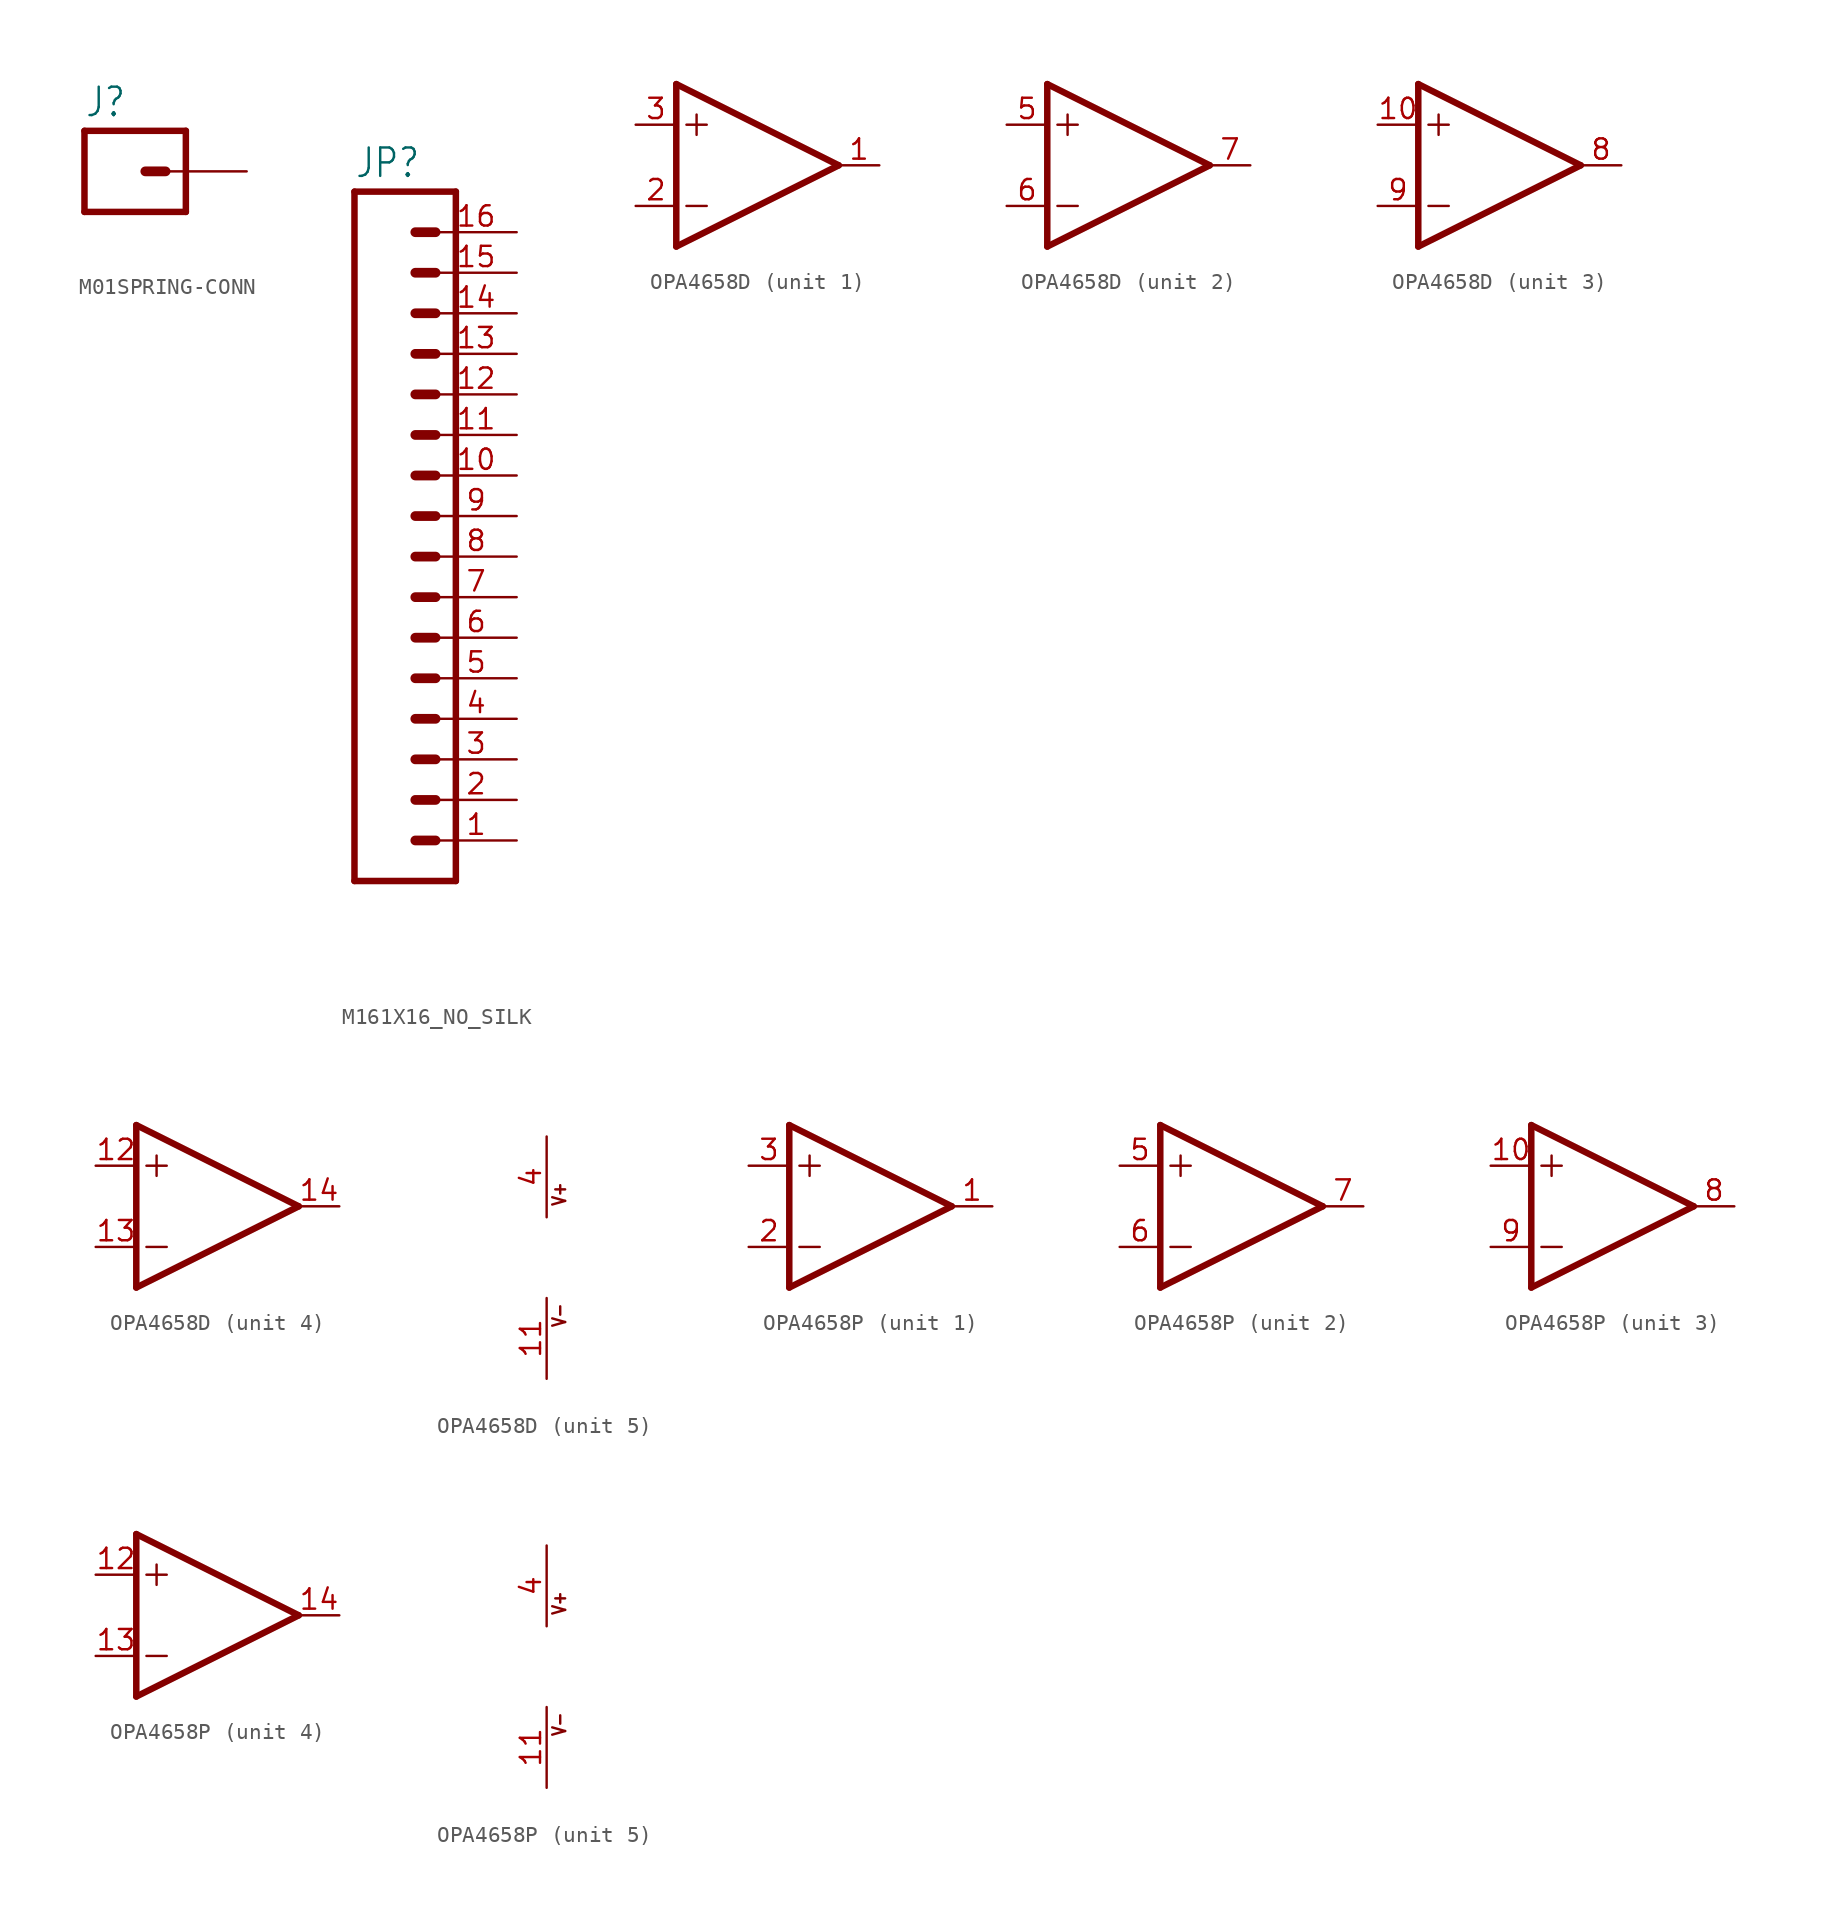
<source format=kicad_sym>
(kicad_symbol_lib
  (version 20231120)
  (generator "kicad_symbol_editor")
  (generator_version "8.0")
  (symbol "M01SPRING-CONN"
    (property "Reference" "J"
      (at -2.54 3.302 0)
      (effects (font (size 1.778 1.511)) (justify left bottom)))
    (property "Value" ""
      (at -2.54 -5.08 0)
      (effects (font (size 1.778 1.511)) (justify left bottom)))
    (property "ki_locked" ""
      (at 0 0 0)
      (effects (font (size 1.27 1.27))))
    (symbol "M01SPRING-CONN_1_0"
      (polyline (pts (xy -2.54 2.54) (xy -2.54 -2.54)) (stroke (width 0.406) (type solid)) (fill (type none)))
      (polyline (pts (xy -2.54 2.54) (xy 3.81 2.54)) (stroke (width 0.406) (type solid)) (fill (type none)))
      (polyline (pts (xy 1.27 0) (xy 2.54 0)) (stroke (width 0.61) (type solid)) (fill (type none)))
      (polyline (pts (xy 3.81 -2.54) (xy -2.54 -2.54)) (stroke (width 0.406) (type solid)) (fill (type none)))
      (polyline (pts (xy 3.81 -2.54) (xy 3.81 2.54)) (stroke (width 0.406) (type solid)) (fill (type none)))
      (pin passive line (at 7.62 0 180) (length 5.08) (name "1" (effects (font (size 0 0)))) (number "P$2" (effects (font (size 0 0)))))))
  (symbol "M161X16_NO_SILK"
    (property "Reference" "JP"
      (at 0 21.082 0)
      (effects (font (size 1.778 1.511)) (justify left bottom)))
    (property "Value" ""
      (at 0 -25.4 0)
      (effects (font (size 1.778 1.511)) (justify left bottom)))
    (property "ki_locked" ""
      (at 0 0 0)
      (effects (font (size 1.27 1.27))))
    (symbol "M161X16_NO_SILK_1_0"
      (polyline (pts (xy 0 20.32) (xy 0 -22.86)) (stroke (width 0.406) (type solid)) (fill (type none)))
      (polyline (pts (xy 0 20.32) (xy 6.35 20.32)) (stroke (width 0.406) (type solid)) (fill (type none)))
      (polyline (pts (xy 3.81 -20.32) (xy 5.08 -20.32)) (stroke (width 0.61) (type solid)) (fill (type none)))
      (polyline (pts (xy 3.81 -17.78) (xy 5.08 -17.78)) (stroke (width 0.61) (type solid)) (fill (type none)))
      (polyline (pts (xy 3.81 -15.24) (xy 5.08 -15.24)) (stroke (width 0.61) (type solid)) (fill (type none)))
      (polyline (pts (xy 3.81 -12.7) (xy 5.08 -12.7)) (stroke (width 0.61) (type solid)) (fill (type none)))
      (polyline (pts (xy 3.81 -10.16) (xy 5.08 -10.16)) (stroke (width 0.61) (type solid)) (fill (type none)))
      (polyline (pts (xy 3.81 -7.62) (xy 5.08 -7.62)) (stroke (width 0.61) (type solid)) (fill (type none)))
      (polyline (pts (xy 3.81 -5.08) (xy 5.08 -5.08)) (stroke (width 0.61) (type solid)) (fill (type none)))
      (polyline (pts (xy 3.81 -2.54) (xy 5.08 -2.54)) (stroke (width 0.61) (type solid)) (fill (type none)))
      (polyline (pts (xy 3.81 0) (xy 5.08 0)) (stroke (width 0.61) (type solid)) (fill (type none)))
      (polyline (pts (xy 3.81 2.54) (xy 5.08 2.54)) (stroke (width 0.61) (type solid)) (fill (type none)))
      (polyline (pts (xy 3.81 5.08) (xy 5.08 5.08)) (stroke (width 0.61) (type solid)) (fill (type none)))
      (polyline (pts (xy 3.81 7.62) (xy 5.08 7.62)) (stroke (width 0.61) (type solid)) (fill (type none)))
      (polyline (pts (xy 3.81 10.16) (xy 5.08 10.16)) (stroke (width 0.61) (type solid)) (fill (type none)))
      (polyline (pts (xy 3.81 12.7) (xy 5.08 12.7)) (stroke (width 0.61) (type solid)) (fill (type none)))
      (polyline (pts (xy 3.81 15.24) (xy 5.08 15.24)) (stroke (width 0.61) (type solid)) (fill (type none)))
      (polyline (pts (xy 3.81 17.78) (xy 5.08 17.78)) (stroke (width 0.61) (type solid)) (fill (type none)))
      (polyline (pts (xy 6.35 -22.86) (xy 0 -22.86)) (stroke (width 0.406) (type solid)) (fill (type none)))
      (polyline (pts (xy 6.35 -22.86) (xy 6.35 20.32)) (stroke (width 0.406) (type solid)) (fill (type none)))
      (pin passive line (at 10.16 -20.32 180) (length 5.08) (name "1" (effects (font (size 0 0)))) (number "1" (effects (font (size 1.27 1.27)))))
      (pin passive line (at 10.16 2.54 180) (length 5.08) (name "10" (effects (font (size 0 0)))) (number "10" (effects (font (size 1.27 1.27)))))
      (pin passive line (at 10.16 5.08 180) (length 5.08) (name "11" (effects (font (size 0 0)))) (number "11" (effects (font (size 1.27 1.27)))))
      (pin passive line (at 10.16 7.62 180) (length 5.08) (name "12" (effects (font (size 0 0)))) (number "12" (effects (font (size 1.27 1.27)))))
      (pin passive line (at 10.16 10.16 180) (length 5.08) (name "13" (effects (font (size 0 0)))) (number "13" (effects (font (size 1.27 1.27)))))
      (pin passive line (at 10.16 12.7 180) (length 5.08) (name "14" (effects (font (size 0 0)))) (number "14" (effects (font (size 1.27 1.27)))))
      (pin passive line (at 10.16 15.24 180) (length 5.08) (name "15" (effects (font (size 0 0)))) (number "15" (effects (font (size 1.27 1.27)))))
      (pin passive line (at 10.16 17.78 180) (length 5.08) (name "16" (effects (font (size 0 0)))) (number "16" (effects (font (size 1.27 1.27)))))
      (pin passive line (at 10.16 -17.78 180) (length 5.08) (name "2" (effects (font (size 0 0)))) (number "2" (effects (font (size 1.27 1.27)))))
      (pin passive line (at 10.16 -15.24 180) (length 5.08) (name "3" (effects (font (size 0 0)))) (number "3" (effects (font (size 1.27 1.27)))))
      (pin passive line (at 10.16 -12.7 180) (length 5.08) (name "4" (effects (font (size 0 0)))) (number "4" (effects (font (size 1.27 1.27)))))
      (pin passive line (at 10.16 -10.16 180) (length 5.08) (name "5" (effects (font (size 0 0)))) (number "5" (effects (font (size 1.27 1.27)))))
      (pin passive line (at 10.16 -7.62 180) (length 5.08) (name "6" (effects (font (size 0 0)))) (number "6" (effects (font (size 1.27 1.27)))))
      (pin passive line (at 10.16 -5.08 180) (length 5.08) (name "7" (effects (font (size 0 0)))) (number "7" (effects (font (size 1.27 1.27)))))
      (pin passive line (at 10.16 -2.54 180) (length 5.08) (name "8" (effects (font (size 0 0)))) (number "8" (effects (font (size 1.27 1.27)))))
      (pin passive line (at 10.16 0 180) (length 5.08) (name "9" (effects (font (size 0 0)))) (number "9" (effects (font (size 1.27 1.27)))))))
  (symbol "OPA4658D"
    (property "Reference" "IC"
      (at 2.54 3.175 0)
      (effects (font (size 1.778 1.511)) (justify left bottom) (hide yes)))
    (property "ki_locked" ""
      (at 0 0 0)
      (effects (font (size 1.27 1.27))))
    (symbol "OPA4658D_1_0"
      (polyline (pts (xy -5.08 -5.08) (xy 5.08 0)) (stroke (width 0.406) (type solid)) (fill (type none)))
      (polyline (pts (xy -5.08 5.08) (xy -5.08 -5.08)) (stroke (width 0.406) (type solid)) (fill (type none)))
      (polyline (pts (xy -4.445 -2.54) (xy -3.175 -2.54)) (stroke (width 0.152) (type solid)) (fill (type none)))
      (polyline (pts (xy -4.445 2.54) (xy -3.175 2.54)) (stroke (width 0.152) (type solid)) (fill (type none)))
      (polyline (pts (xy -3.81 3.175) (xy -3.81 1.905)) (stroke (width 0.152) (type solid)) (fill (type none)))
      (polyline (pts (xy 5.08 0) (xy -5.08 5.08)) (stroke (width 0.406) (type solid)) (fill (type none)))
      (pin output line (at 7.62 0 180) (length 2.54) (name "OUT" (effects (font (size 0 0)))) (number "1" (effects (font (size 1.27 1.27)))))
      (pin input line (at -7.62 -2.54 0) (length 2.54) (name "-IN" (effects (font (size 0 0)))) (number "2" (effects (font (size 1.27 1.27)))))
      (pin input line (at -7.62 2.54 0) (length 2.54) (name "+IN" (effects (font (size 0 0)))) (number "3" (effects (font (size 1.27 1.27))))))
    (symbol "OPA4658D_2_0"
      (polyline (pts (xy -5.08 -5.08) (xy 5.08 0)) (stroke (width 0.406) (type solid)) (fill (type none)))
      (polyline (pts (xy -5.08 5.08) (xy -5.08 -5.08)) (stroke (width 0.406) (type solid)) (fill (type none)))
      (polyline (pts (xy -4.445 -2.54) (xy -3.175 -2.54)) (stroke (width 0.152) (type solid)) (fill (type none)))
      (polyline (pts (xy -4.445 2.54) (xy -3.175 2.54)) (stroke (width 0.152) (type solid)) (fill (type none)))
      (polyline (pts (xy -3.81 3.175) (xy -3.81 1.905)) (stroke (width 0.152) (type solid)) (fill (type none)))
      (polyline (pts (xy 5.08 0) (xy -5.08 5.08)) (stroke (width 0.406) (type solid)) (fill (type none)))
      (pin input line (at -7.62 2.54 0) (length 2.54) (name "+IN" (effects (font (size 0 0)))) (number "5" (effects (font (size 1.27 1.27)))))
      (pin input line (at -7.62 -2.54 0) (length 2.54) (name "-IN" (effects (font (size 0 0)))) (number "6" (effects (font (size 1.27 1.27)))))
      (pin output line (at 7.62 0 180) (length 2.54) (name "OUT" (effects (font (size 0 0)))) (number "7" (effects (font (size 1.27 1.27))))))
    (symbol "OPA4658D_3_0"
      (polyline (pts (xy -5.08 -5.08) (xy 5.08 0)) (stroke (width 0.406) (type solid)) (fill (type none)))
      (polyline (pts (xy -5.08 5.08) (xy -5.08 -5.08)) (stroke (width 0.406) (type solid)) (fill (type none)))
      (polyline (pts (xy -4.445 -2.54) (xy -3.175 -2.54)) (stroke (width 0.152) (type solid)) (fill (type none)))
      (polyline (pts (xy -4.445 2.54) (xy -3.175 2.54)) (stroke (width 0.152) (type solid)) (fill (type none)))
      (polyline (pts (xy -3.81 3.175) (xy -3.81 1.905)) (stroke (width 0.152) (type solid)) (fill (type none)))
      (polyline (pts (xy 5.08 0) (xy -5.08 5.08)) (stroke (width 0.406) (type solid)) (fill (type none)))
      (pin input line (at -7.62 2.54 0) (length 2.54) (name "+IN" (effects (font (size 0 0)))) (number "10" (effects (font (size 1.27 1.27)))))
      (pin output line (at 7.62 0 180) (length 2.54) (name "OUT" (effects (font (size 0 0)))) (number "8" (effects (font (size 1.27 1.27)))))
      (pin input line (at -7.62 -2.54 0) (length 2.54) (name "-IN" (effects (font (size 0 0)))) (number "9" (effects (font (size 1.27 1.27))))))
    (symbol "OPA4658D_4_0"
      (polyline (pts (xy -5.08 -5.08) (xy 5.08 0)) (stroke (width 0.406) (type solid)) (fill (type none)))
      (polyline (pts (xy -5.08 5.08) (xy -5.08 -5.08)) (stroke (width 0.406) (type solid)) (fill (type none)))
      (polyline (pts (xy -4.445 -2.54) (xy -3.175 -2.54)) (stroke (width 0.152) (type solid)) (fill (type none)))
      (polyline (pts (xy -4.445 2.54) (xy -3.175 2.54)) (stroke (width 0.152) (type solid)) (fill (type none)))
      (polyline (pts (xy -3.81 3.175) (xy -3.81 1.905)) (stroke (width 0.152) (type solid)) (fill (type none)))
      (polyline (pts (xy 5.08 0) (xy -5.08 5.08)) (stroke (width 0.406) (type solid)) (fill (type none)))
      (pin input line (at -7.62 2.54 0) (length 2.54) (name "+IN" (effects (font (size 0 0)))) (number "12" (effects (font (size 1.27 1.27)))))
      (pin input line (at -7.62 -2.54 0) (length 2.54) (name "-IN" (effects (font (size 0 0)))) (number "13" (effects (font (size 1.27 1.27)))))
      (pin output line (at 7.62 0 180) (length 2.54) (name "OUT" (effects (font (size 0 0)))) (number "14" (effects (font (size 1.27 1.27))))))
    (symbol "OPA4658D_5_0"
      (text "V+" (at 1.27 3.175 900) (effects (font (size 0.813 0.691)) (justify left bottom)))
      (text "V-" (at 1.27 -4.445 900) (effects (font (size 0.813 0.691)) (justify left bottom)))
      (pin power_in line (at 0 -7.62 90) (length 5.08) (name "V-" (effects (font (size 0 0)))) (number "11" (effects (font (size 1.27 1.27)))))
      (pin power_in line (at 0 7.62 270) (length 5.08) (name "V+" (effects (font (size 0 0)))) (number "4" (effects (font (size 1.27 1.27)))))))
  (symbol "OPA4658P"
    (property "Reference" "IC"
      (at 2.54 3.175 0)
      (effects (font (size 1.778 1.511)) (justify left bottom) (hide yes)))
    (property "ki_locked" ""
      (at 0 0 0)
      (effects (font (size 1.27 1.27))))
    (symbol "OPA4658P_1_0"
      (polyline (pts (xy -5.08 -5.08) (xy 5.08 0)) (stroke (width 0.406) (type solid)) (fill (type none)))
      (polyline (pts (xy -5.08 5.08) (xy -5.08 -5.08)) (stroke (width 0.406) (type solid)) (fill (type none)))
      (polyline (pts (xy -4.445 -2.54) (xy -3.175 -2.54)) (stroke (width 0.152) (type solid)) (fill (type none)))
      (polyline (pts (xy -4.445 2.54) (xy -3.175 2.54)) (stroke (width 0.152) (type solid)) (fill (type none)))
      (polyline (pts (xy -3.81 3.175) (xy -3.81 1.905)) (stroke (width 0.152) (type solid)) (fill (type none)))
      (polyline (pts (xy 5.08 0) (xy -5.08 5.08)) (stroke (width 0.406) (type solid)) (fill (type none)))
      (pin output line (at 7.62 0 180) (length 2.54) (name "OUT" (effects (font (size 0 0)))) (number "1" (effects (font (size 1.27 1.27)))))
      (pin input line (at -7.62 -2.54 0) (length 2.54) (name "-IN" (effects (font (size 0 0)))) (number "2" (effects (font (size 1.27 1.27)))))
      (pin input line (at -7.62 2.54 0) (length 2.54) (name "+IN" (effects (font (size 0 0)))) (number "3" (effects (font (size 1.27 1.27))))))
    (symbol "OPA4658P_2_0"
      (polyline (pts (xy -5.08 -5.08) (xy 5.08 0)) (stroke (width 0.406) (type solid)) (fill (type none)))
      (polyline (pts (xy -5.08 5.08) (xy -5.08 -5.08)) (stroke (width 0.406) (type solid)) (fill (type none)))
      (polyline (pts (xy -4.445 -2.54) (xy -3.175 -2.54)) (stroke (width 0.152) (type solid)) (fill (type none)))
      (polyline (pts (xy -4.445 2.54) (xy -3.175 2.54)) (stroke (width 0.152) (type solid)) (fill (type none)))
      (polyline (pts (xy -3.81 3.175) (xy -3.81 1.905)) (stroke (width 0.152) (type solid)) (fill (type none)))
      (polyline (pts (xy 5.08 0) (xy -5.08 5.08)) (stroke (width 0.406) (type solid)) (fill (type none)))
      (pin input line (at -7.62 2.54 0) (length 2.54) (name "+IN" (effects (font (size 0 0)))) (number "5" (effects (font (size 1.27 1.27)))))
      (pin input line (at -7.62 -2.54 0) (length 2.54) (name "-IN" (effects (font (size 0 0)))) (number "6" (effects (font (size 1.27 1.27)))))
      (pin output line (at 7.62 0 180) (length 2.54) (name "OUT" (effects (font (size 0 0)))) (number "7" (effects (font (size 1.27 1.27))))))
    (symbol "OPA4658P_3_0"
      (polyline (pts (xy -5.08 -5.08) (xy 5.08 0)) (stroke (width 0.406) (type solid)) (fill (type none)))
      (polyline (pts (xy -5.08 5.08) (xy -5.08 -5.08)) (stroke (width 0.406) (type solid)) (fill (type none)))
      (polyline (pts (xy -4.445 -2.54) (xy -3.175 -2.54)) (stroke (width 0.152) (type solid)) (fill (type none)))
      (polyline (pts (xy -4.445 2.54) (xy -3.175 2.54)) (stroke (width 0.152) (type solid)) (fill (type none)))
      (polyline (pts (xy -3.81 3.175) (xy -3.81 1.905)) (stroke (width 0.152) (type solid)) (fill (type none)))
      (polyline (pts (xy 5.08 0) (xy -5.08 5.08)) (stroke (width 0.406) (type solid)) (fill (type none)))
      (pin input line (at -7.62 2.54 0) (length 2.54) (name "+IN" (effects (font (size 0 0)))) (number "10" (effects (font (size 1.27 1.27)))))
      (pin output line (at 7.62 0 180) (length 2.54) (name "OUT" (effects (font (size 0 0)))) (number "8" (effects (font (size 1.27 1.27)))))
      (pin input line (at -7.62 -2.54 0) (length 2.54) (name "-IN" (effects (font (size 0 0)))) (number "9" (effects (font (size 1.27 1.27))))))
    (symbol "OPA4658P_4_0"
      (polyline (pts (xy -5.08 -5.08) (xy 5.08 0)) (stroke (width 0.406) (type solid)) (fill (type none)))
      (polyline (pts (xy -5.08 5.08) (xy -5.08 -5.08)) (stroke (width 0.406) (type solid)) (fill (type none)))
      (polyline (pts (xy -4.445 -2.54) (xy -3.175 -2.54)) (stroke (width 0.152) (type solid)) (fill (type none)))
      (polyline (pts (xy -4.445 2.54) (xy -3.175 2.54)) (stroke (width 0.152) (type solid)) (fill (type none)))
      (polyline (pts (xy -3.81 3.175) (xy -3.81 1.905)) (stroke (width 0.152) (type solid)) (fill (type none)))
      (polyline (pts (xy 5.08 0) (xy -5.08 5.08)) (stroke (width 0.406) (type solid)) (fill (type none)))
      (pin input line (at -7.62 2.54 0) (length 2.54) (name "+IN" (effects (font (size 0 0)))) (number "12" (effects (font (size 1.27 1.27)))))
      (pin input line (at -7.62 -2.54 0) (length 2.54) (name "-IN" (effects (font (size 0 0)))) (number "13" (effects (font (size 1.27 1.27)))))
      (pin output line (at 7.62 0 180) (length 2.54) (name "OUT" (effects (font (size 0 0)))) (number "14" (effects (font (size 1.27 1.27))))))
    (symbol "OPA4658P_5_0"
      (text "V+" (at 1.27 3.175 900) (effects (font (size 0.813 0.691)) (justify left bottom)))
      (text "V-" (at 1.27 -4.445 900) (effects (font (size 0.813 0.691)) (justify left bottom)))
      (pin power_in line (at 0 -7.62 90) (length 5.08) (name "V-" (effects (font (size 0 0)))) (number "11" (effects (font (size 1.27 1.27)))))
      (pin power_in line (at 0 7.62 270) (length 5.08) (name "V+" (effects (font (size 0 0)))) (number "4" (effects (font (size 1.27 1.27))))))))
</source>
